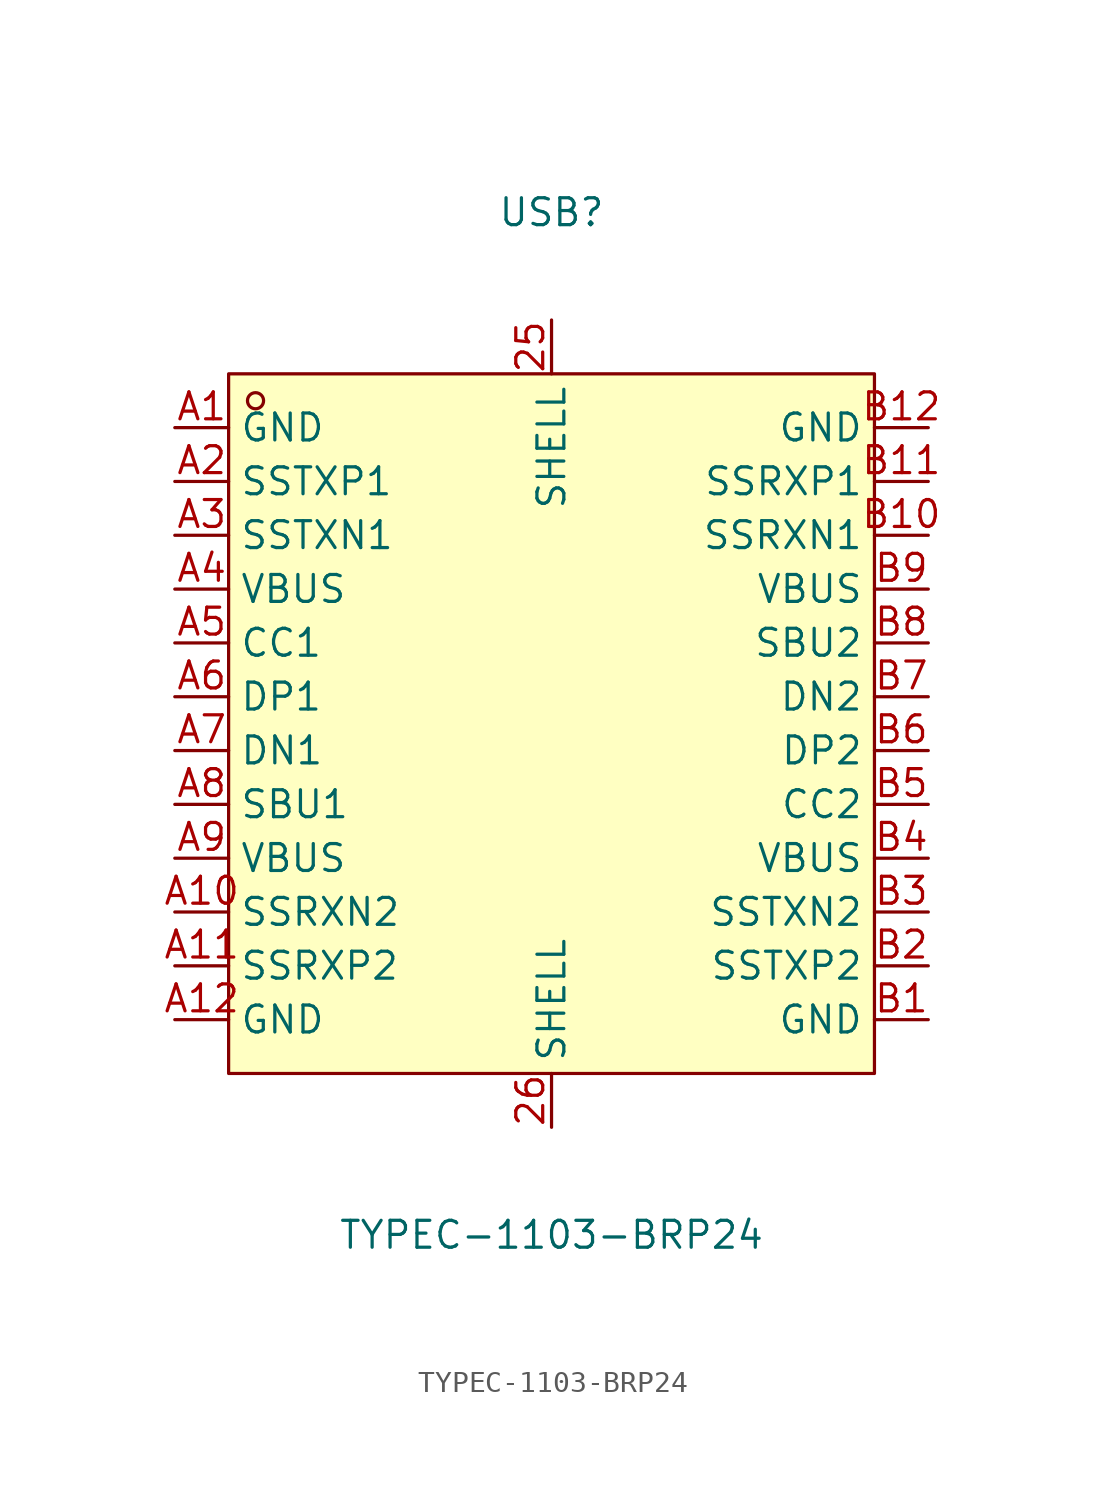
<source format=kicad_sym>
(kicad_symbol_lib
  (version 20211014)
  (generator https://github.com/uPesy/easyeda2kicad.py)
  (symbol "TYPEC-1103-BRP24"
    (property "Reference" "USB"
      (at 0 22.86 0)
      (effects (font (size 1.27 1.27))))
    (property "Value" "TYPEC-1103-BRP24"
      (at 0 -25.40 0)
      (effects (font (size 1.27 1.27))))
    (symbol "TYPEC-1103-BRP24_0_1"
      (rectangle (start -15.24 15.24) (end 15.24 -17.78) (stroke (width 0) (type default) (color 0 0 0 0)) (fill (type background)))
      (circle (center -13.97 13.97) (radius 0.38) (stroke (width 0) (type default) (color 0 0 0 0)) (fill (type none)))
      (pin unspecified line (at 17.78 12.70 180) (length 2.54) (name "GND" (effects (font (size 1.27 1.27)))) (number "B12" (effects (font (size 1.27 1.27)))))
      (pin unspecified line (at 17.78 10.16 180) (length 2.54) (name "SSRXP1" (effects (font (size 1.27 1.27)))) (number "B11" (effects (font (size 1.27 1.27)))))
      (pin unspecified line (at 17.78 7.62 180) (length 2.54) (name "SSRXN1" (effects (font (size 1.27 1.27)))) (number "B10" (effects (font (size 1.27 1.27)))))
      (pin unspecified line (at 17.78 5.08 180) (length 2.54) (name "VBUS" (effects (font (size 1.27 1.27)))) (number "B9" (effects (font (size 1.27 1.27)))))
      (pin unspecified line (at 17.78 2.54 180) (length 2.54) (name "SBU2" (effects (font (size 1.27 1.27)))) (number "B8" (effects (font (size 1.27 1.27)))))
      (pin unspecified line (at 17.78 -0.00 180) (length 2.54) (name "DN2" (effects (font (size 1.27 1.27)))) (number "B7" (effects (font (size 1.27 1.27)))))
      (pin unspecified line (at 17.78 -2.54 180) (length 2.54) (name "DP2" (effects (font (size 1.27 1.27)))) (number "B6" (effects (font (size 1.27 1.27)))))
      (pin unspecified line (at 17.78 -5.08 180) (length 2.54) (name "CC2" (effects (font (size 1.27 1.27)))) (number "B5" (effects (font (size 1.27 1.27)))))
      (pin unspecified line (at 17.78 -7.62 180) (length 2.54) (name "VBUS" (effects (font (size 1.27 1.27)))) (number "B4" (effects (font (size 1.27 1.27)))))
      (pin unspecified line (at 17.78 -10.16 180) (length 2.54) (name "SSTXN2" (effects (font (size 1.27 1.27)))) (number "B3" (effects (font (size 1.27 1.27)))))
      (pin unspecified line (at 17.78 -12.70 180) (length 2.54) (name "SSTXP2" (effects (font (size 1.27 1.27)))) (number "B2" (effects (font (size 1.27 1.27)))))
      (pin unspecified line (at 17.78 -15.24 180) (length 2.54) (name "GND" (effects (font (size 1.27 1.27)))) (number "B1" (effects (font (size 1.27 1.27)))))
      (pin unspecified line (at -17.78 -15.24 0) (length 2.54) (name "GND" (effects (font (size 1.27 1.27)))) (number "A12" (effects (font (size 1.27 1.27)))))
      (pin unspecified line (at -17.78 -12.70 0) (length 2.54) (name "SSRXP2" (effects (font (size 1.27 1.27)))) (number "A11" (effects (font (size 1.27 1.27)))))
      (pin unspecified line (at -17.78 -10.16 0) (length 2.54) (name "SSRXN2" (effects (font (size 1.27 1.27)))) (number "A10" (effects (font (size 1.27 1.27)))))
      (pin unspecified line (at -17.78 -7.62 0) (length 2.54) (name "VBUS" (effects (font (size 1.27 1.27)))) (number "A9" (effects (font (size 1.27 1.27)))))
      (pin unspecified line (at -17.78 -5.08 0) (length 2.54) (name "SBU1" (effects (font (size 1.27 1.27)))) (number "A8" (effects (font (size 1.27 1.27)))))
      (pin unspecified line (at -17.78 -2.54 0) (length 2.54) (name "DN1" (effects (font (size 1.27 1.27)))) (number "A7" (effects (font (size 1.27 1.27)))))
      (pin unspecified line (at -17.78 -0.00 0) (length 2.54) (name "DP1" (effects (font (size 1.27 1.27)))) (number "A6" (effects (font (size 1.27 1.27)))))
      (pin unspecified line (at -17.78 2.54 0) (length 2.54) (name "CC1" (effects (font (size 1.27 1.27)))) (number "A5" (effects (font (size 1.27 1.27)))))
      (pin unspecified line (at -17.78 5.08 0) (length 2.54) (name "VBUS" (effects (font (size 1.27 1.27)))) (number "A4" (effects (font (size 1.27 1.27)))))
      (pin unspecified line (at -17.78 7.62 0) (length 2.54) (name "SSTXN1" (effects (font (size 1.27 1.27)))) (number "A3" (effects (font (size 1.27 1.27)))))
      (pin unspecified line (at -17.78 10.16 0) (length 2.54) (name "SSTXP1" (effects (font (size 1.27 1.27)))) (number "A2" (effects (font (size 1.27 1.27)))))
      (pin unspecified line (at -17.78 12.70 0) (length 2.54) (name "GND" (effects (font (size 1.27 1.27)))) (number "A1" (effects (font (size 1.27 1.27)))))
      (pin unspecified line (at 0.00 -20.32 90) (length 2.54) (name "SHELL" (effects (font (size 1.27 1.27)))) (number "26" (effects (font (size 1.27 1.27)))))
      (pin unspecified line (at 0.00 17.78 270) (length 2.54) (name "SHELL" (effects (font (size 1.27 1.27)))) (number "25" (effects (font (size 1.27 1.27))))))))
</source>
